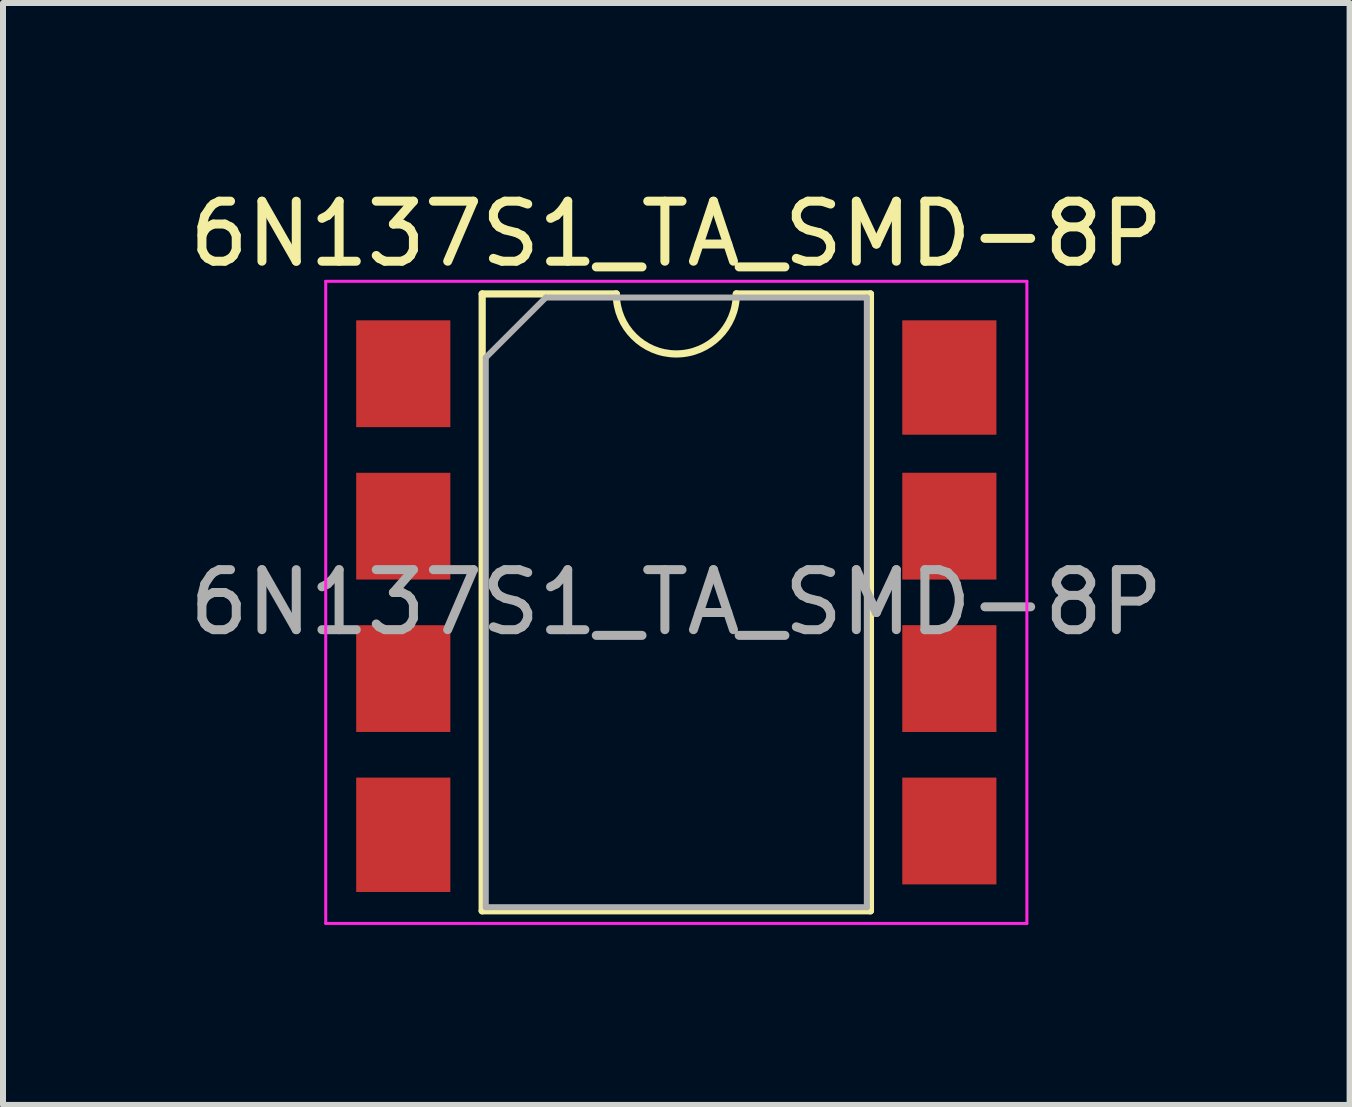
<source format=kicad_pcb>
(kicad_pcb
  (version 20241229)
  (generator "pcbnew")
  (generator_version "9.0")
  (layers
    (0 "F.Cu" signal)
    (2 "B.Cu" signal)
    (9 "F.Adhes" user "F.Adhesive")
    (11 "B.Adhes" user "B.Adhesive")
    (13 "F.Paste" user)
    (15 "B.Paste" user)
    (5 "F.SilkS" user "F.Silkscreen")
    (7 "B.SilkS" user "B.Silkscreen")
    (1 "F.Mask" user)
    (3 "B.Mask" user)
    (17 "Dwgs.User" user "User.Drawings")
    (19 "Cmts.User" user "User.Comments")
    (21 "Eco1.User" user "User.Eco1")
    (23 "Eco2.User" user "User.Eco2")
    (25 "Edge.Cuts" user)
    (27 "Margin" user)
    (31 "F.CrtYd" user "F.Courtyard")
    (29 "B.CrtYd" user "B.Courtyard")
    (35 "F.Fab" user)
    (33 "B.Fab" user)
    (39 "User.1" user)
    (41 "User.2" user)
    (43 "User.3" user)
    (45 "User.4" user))
  (footprint "6N137S1_TA_SMD-8P"
    (layer "F.Cu")
    (at 8.22 6.988)
    (property "Reference" "6N137S1_TA_SMD-8P" (at 0 -6.14 0) (layer "F.SilkS") (effects (font (size 1 1) (thickness 0.15))))
    (attr smd)
    (fp_line (start -3.235 -5.14) (end -3.235 5.14) (stroke (width 0.12) (type solid)) (layer "F.SilkS"))
    (fp_line (start -3.235 5.14) (end 3.235 5.14) (stroke (width 0.12) (type solid)) (layer "F.SilkS"))
    (fp_line (start -1 -5.14) (end -3.235 -5.14) (stroke (width 0.12) (type solid)) (layer "F.SilkS"))
    (fp_line (start 3.235 -5.14) (end 1 -5.14) (stroke (width 0.12) (type solid)) (layer "F.SilkS"))
    (fp_line (start 3.235 5.14) (end 3.235 -5.14) (stroke (width 0.12) (type solid)) (layer "F.SilkS"))
    (fp_arc (start 1 -5.14) (mid 0 -4.14) (end -1 -5.14) (stroke (width 0.12) (type solid)) (layer "F.SilkS"))
    (fp_line (start -5.842 -5.35) (end -5.842 5.35) (stroke (width 0.05) (type solid)) (layer "F.CrtYd"))
    (fp_line (start -5.842 5.35) (end 5.842 5.35) (stroke (width 0.05) (type solid)) (layer "F.CrtYd"))
    (fp_line (start 5.842 -5.35) (end -5.842 -5.35) (stroke (width 0.05) (type solid)) (layer "F.CrtYd"))
    (fp_line (start 5.842 5.35) (end 5.842 -5.35) (stroke (width 0.05) (type solid)) (layer "F.CrtYd"))
    (fp_line (start -3.175 -4.08) (end -2.175 -5.08) (stroke (width 0.1) (type solid)) (layer "F.Fab"))
    (fp_line (start -3.175 5.08) (end -3.175 -4.08) (stroke (width 0.1) (type solid)) (layer "F.Fab"))
    (fp_line (start -2.175 -5.08) (end 3.175 -5.08) (stroke (width 0.1) (type solid)) (layer "F.Fab"))
    (fp_line (start 3.175 -5.08) (end 3.175 5.08) (stroke (width 0.1) (type solid)) (layer "F.Fab"))
    (fp_line (start 3.175 5.08) (end -3.175 5.08) (stroke (width 0.1) (type solid)) (layer "F.Fab"))
    (fp_text user "${REFERENCE}" (at 0 0 0) (layer "F.Fab") (effects (font (size 1 1) (thickness 0.15))))
    (pad "1" smd rect (at -4.55 -3.81) (size 1.569 1.78) (layers "F.Cu" "F.Mask" "F.Paste"))
    (pad "2" smd rect (at -4.55 -1.27) (size 1.569 1.779) (layers "F.Cu" "F.Mask" "F.Paste"))
    (pad "3" smd rect (at -4.55 1.27) (size 1.569 1.779) (layers "F.Cu" "F.Mask" "F.Paste"))
    (pad "4" smd rect (at -4.55 3.873) (size 1.569 1.906) (layers "F.Cu" "F.Mask" "F.Paste"))
    (pad "5" smd rect (at 4.55 3.81) (size 1.569 1.78) (layers "F.Cu" "F.Mask" "F.Paste"))
    (pad "6" smd rect (at 4.55 1.27) (size 1.569 1.78) (layers "F.Cu" "F.Mask" "F.Paste"))
    (pad "7" smd rect (at 4.55 -1.27) (size 1.569 1.78) (layers "F.Cu" "F.Mask" "F.Paste"))
    (pad "8" smd rect (at 4.55 -3.747) (size 1.569 1.906) (layers "F.Cu" "F.Mask" "F.Paste")))
  (gr_rect
    (start -3 -3)
    (end 19.44 15.363)
    (stroke (width 0.1) (type default))
    (fill no)
    (layer "Edge.Cuts")))
</source>
